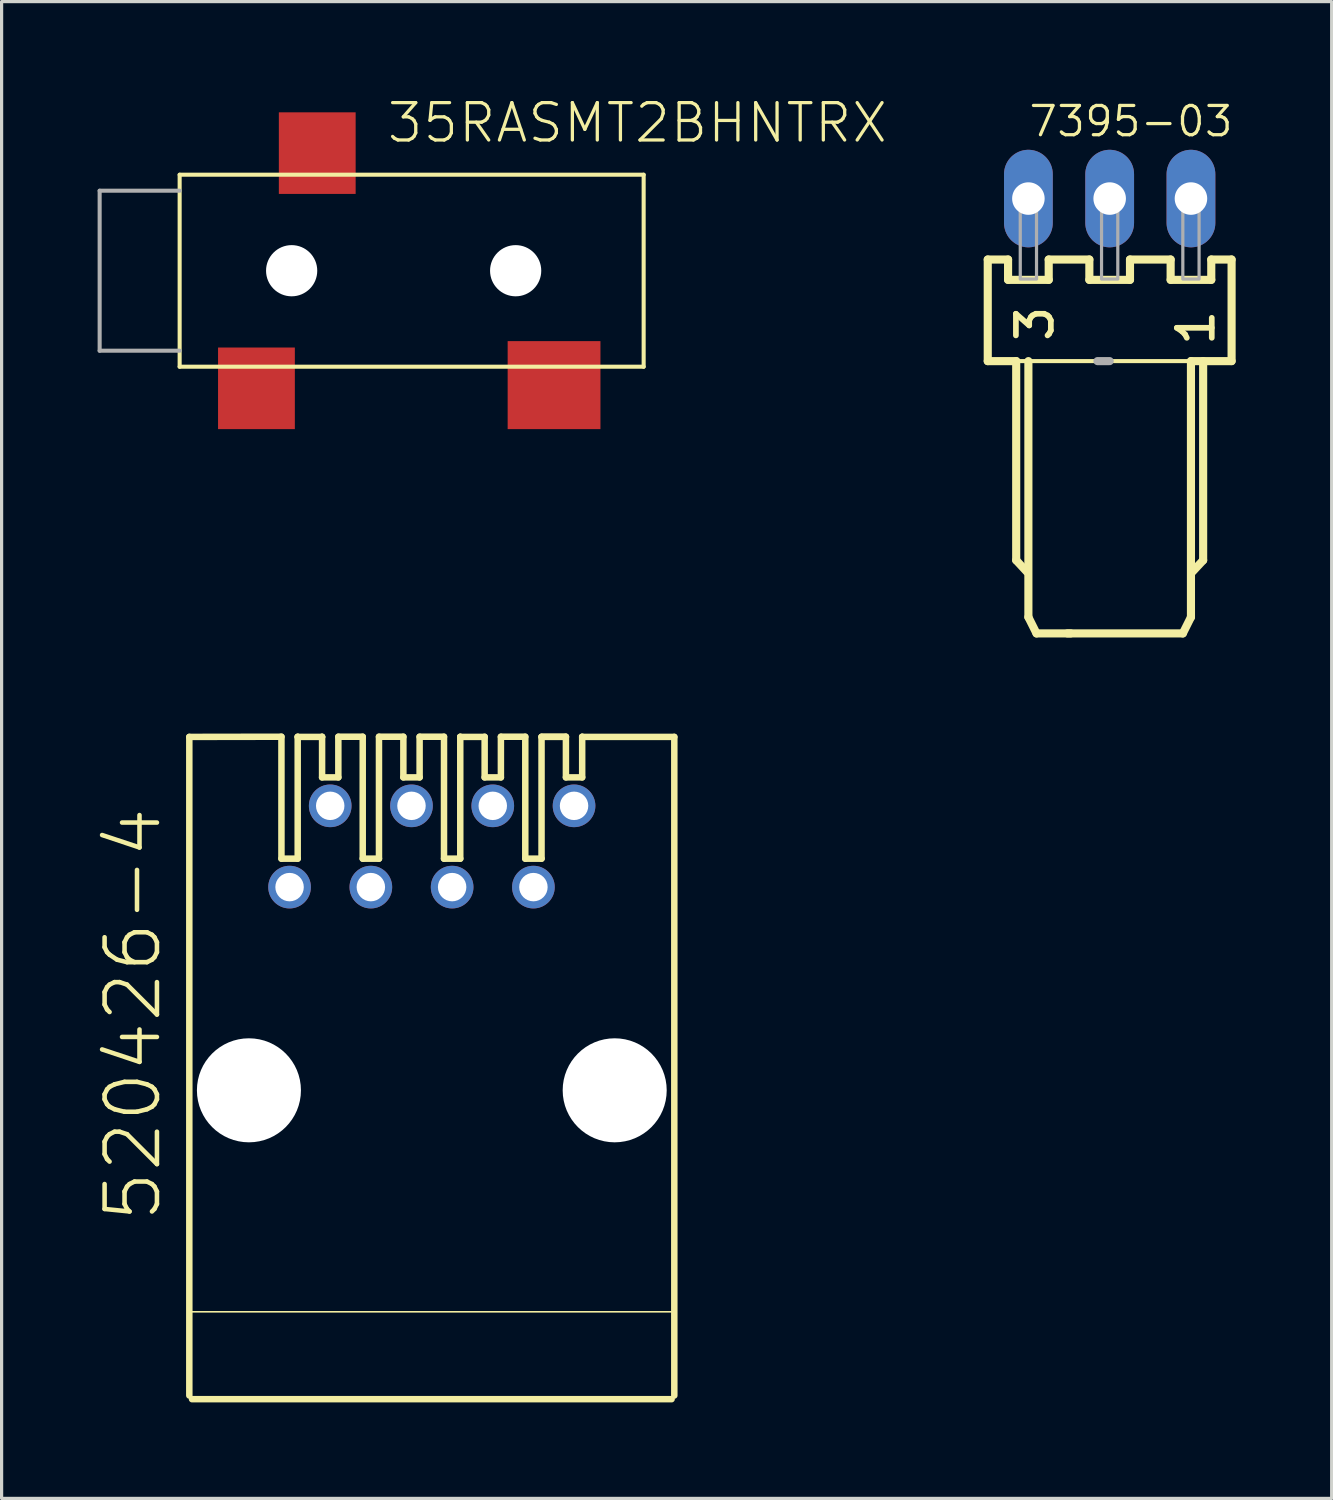
<source format=kicad_pcb>
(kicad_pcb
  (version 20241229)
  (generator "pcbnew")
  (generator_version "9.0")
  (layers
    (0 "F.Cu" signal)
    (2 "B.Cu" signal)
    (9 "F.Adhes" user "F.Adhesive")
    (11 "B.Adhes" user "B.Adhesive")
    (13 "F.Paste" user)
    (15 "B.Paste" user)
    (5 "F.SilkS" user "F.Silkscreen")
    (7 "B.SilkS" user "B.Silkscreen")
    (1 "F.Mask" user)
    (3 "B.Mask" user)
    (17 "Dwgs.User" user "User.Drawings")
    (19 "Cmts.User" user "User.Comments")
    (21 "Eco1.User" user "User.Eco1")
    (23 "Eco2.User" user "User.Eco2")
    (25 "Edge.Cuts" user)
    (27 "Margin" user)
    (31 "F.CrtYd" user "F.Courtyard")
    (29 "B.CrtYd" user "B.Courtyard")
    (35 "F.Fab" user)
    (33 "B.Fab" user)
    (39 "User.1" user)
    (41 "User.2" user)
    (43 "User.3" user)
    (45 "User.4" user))
  (footprint "35RASMT2BHNTRX"
    (layer "F.Cu")
    (at 6.064 5.41)
    (property "Reference" "35RASMT2BHNTRX" (at 2.921 -3.937 0) (layer "F.SilkS") (effects (font (size 1.168 1.168) (thickness 0.102)) (justify left bottom)))
    (fp_line (start -3.5 -3) (end -3.5 3) (stroke (width 0.127) (type solid)) (layer "F.SilkS"))
    (fp_line (start -3.5 -3) (end 11 -3) (stroke (width 0.127) (type solid)) (layer "F.SilkS"))
    (fp_line (start 11 -3) (end 11 3) (stroke (width 0.127) (type solid)) (layer "F.SilkS"))
    (fp_line (start 11 3) (end -3.5 3) (stroke (width 0.127) (type solid)) (layer "F.SilkS"))
    (fp_line (start -6 -2.5) (end -6 2.5) (stroke (width 0.127) (type solid)) (layer "F.Fab"))
    (fp_line (start -6 2.5) (end -3.5 2.5) (stroke (width 0.127) (type solid)) (layer "F.Fab"))
    (fp_line (start -3.5 -2.5) (end -6 -2.5) (stroke (width 0.127) (type solid)) (layer "F.Fab"))
    (pad "" np_thru_hole circle (at 0 0) (size 1.6 1.6) (drill 1.6) (layers "*.Cu" "*.Mask"))
    (pad "" np_thru_hole circle (at 7 0) (size 1.6 1.6) (drill 1.6) (layers "*.Cu" "*.Mask"))
    (pad "1" smd rect (at 0.8 -3.675 90) (size 2.55 2.4) (layers "F.Cu" "F.Mask" "F.Paste"))
    (pad "4" smd rect (at 8.2 3.575 90) (size 2.75 2.9) (layers "F.Cu" "F.Mask" "F.Paste"))
    (pad "5" smd rect (at -1.1 3.675 90) (size 2.55 2.4) (layers "F.Cu" "F.Mask" "F.Paste")))
  (footprint "520426-4"
    (layer "F.Cu")
    (at 10.444 31.022)
    (property "Reference" "520426-4" (at -8.382 4.191 90) (layer "F.SilkS") (effects (font (size 1.636 1.636) (thickness 0.142)) (justify left bottom)))
    (fp_line (start -7.578 -11.044) (end -4.699 -11.049) (stroke (width 0.203) (type solid)) (layer "F.SilkS"))
    (fp_line (start -7.578 9.538) (end -7.578 -11.044) (stroke (width 0.203) (type solid)) (layer "F.SilkS"))
    (fp_line (start -4.699 -11.049) (end -4.699 -7.239) (stroke (width 0.203) (type solid)) (layer "F.SilkS"))
    (fp_line (start -4.699 -7.239) (end -4.191 -7.239) (stroke (width 0.203) (type solid)) (layer "F.SilkS"))
    (fp_line (start -4.191 -11.049) (end -4.191 -11.044) (stroke (width 0.203) (type solid)) (layer "F.SilkS"))
    (fp_line (start -4.191 -11.044) (end -4.191 -7.239) (stroke (width 0.203) (type solid)) (layer "F.SilkS"))
    (fp_line (start -4.191 -11.044) (end -3.429 -11.044) (stroke (width 0.203) (type solid)) (layer "F.SilkS"))
    (fp_line (start -3.429 -11.049) (end -3.429 -11.044) (stroke (width 0.203) (type solid)) (layer "F.SilkS"))
    (fp_line (start -3.429 -11.044) (end -3.429 -9.779) (stroke (width 0.203) (type solid)) (layer "F.SilkS"))
    (fp_line (start -3.429 -9.779) (end -2.921 -9.779) (stroke (width 0.203) (type solid)) (layer "F.SilkS"))
    (fp_line (start -2.921 -11.049) (end -2.921 -9.779) (stroke (width 0.203) (type solid)) (layer "F.SilkS"))
    (fp_line (start -2.921 -11.049) (end -2.159 -11.049) (stroke (width 0.203) (type solid)) (layer "F.SilkS"))
    (fp_line (start -2.159 -11.049) (end -2.159 -7.239) (stroke (width 0.203) (type solid)) (layer "F.SilkS"))
    (fp_line (start -2.159 -7.239) (end -1.651 -7.239) (stroke (width 0.203) (type solid)) (layer "F.SilkS"))
    (fp_line (start -1.651 -11.049) (end -1.651 -7.239) (stroke (width 0.203) (type solid)) (layer "F.SilkS"))
    (fp_line (start -1.651 -11.049) (end -0.889 -11.049) (stroke (width 0.203) (type solid)) (layer "F.SilkS"))
    (fp_line (start -0.889 -11.049) (end -0.889 -9.779) (stroke (width 0.203) (type solid)) (layer "F.SilkS"))
    (fp_line (start -0.889 -9.779) (end -0.381 -9.779) (stroke (width 0.203) (type solid)) (layer "F.SilkS"))
    (fp_line (start -0.381 -11.049) (end -0.381 -9.779) (stroke (width 0.203) (type solid)) (layer "F.SilkS"))
    (fp_line (start -0.381 -11.049) (end 0.381 -11.049) (stroke (width 0.203) (type solid)) (layer "F.SilkS"))
    (fp_line (start 0.381 -11.049) (end 0.381 -7.239) (stroke (width 0.203) (type solid)) (layer "F.SilkS"))
    (fp_line (start 0.381 -7.239) (end 0.889 -7.239) (stroke (width 0.203) (type solid)) (layer "F.SilkS"))
    (fp_line (start 0.889 -11.049) (end 0.889 -11.044) (stroke (width 0.203) (type solid)) (layer "F.SilkS"))
    (fp_line (start 0.889 -11.044) (end 0.889 -7.239) (stroke (width 0.203) (type solid)) (layer "F.SilkS"))
    (fp_line (start 0.889 -11.044) (end 1.651 -11.044) (stroke (width 0.203) (type solid)) (layer "F.SilkS"))
    (fp_line (start 1.651 -11.049) (end 1.651 -9.779) (stroke (width 0.203) (type solid)) (layer "F.SilkS"))
    (fp_line (start 1.651 -9.779) (end 2.159 -9.779) (stroke (width 0.203) (type solid)) (layer "F.SilkS"))
    (fp_line (start 2.159 -11.049) (end 2.159 -9.779) (stroke (width 0.203) (type solid)) (layer "F.SilkS"))
    (fp_line (start 2.159 -11.049) (end 2.921 -11.049) (stroke (width 0.203) (type solid)) (layer "F.SilkS"))
    (fp_line (start 2.921 -11.049) (end 2.921 -7.239) (stroke (width 0.203) (type solid)) (layer "F.SilkS"))
    (fp_line (start 2.921 -7.239) (end 3.429 -7.239) (stroke (width 0.203) (type solid)) (layer "F.SilkS"))
    (fp_line (start 3.429 -11.049) (end 4.191 -11.049) (stroke (width 0.203) (type solid)) (layer "F.SilkS"))
    (fp_line (start 3.429 -11.044) (end 3.429 -7.239) (stroke (width 0.203) (type solid)) (layer "F.SilkS"))
    (fp_line (start 3.429 -11.044) (end 4.191 -11.044) (stroke (width 0.203) (type solid)) (layer "F.SilkS"))
    (fp_line (start 4.191 -11.049) (end 4.191 -9.779) (stroke (width 0.203) (type solid)) (layer "F.SilkS"))
    (fp_line (start 4.191 -9.779) (end 4.699 -9.779) (stroke (width 0.203) (type solid)) (layer "F.SilkS"))
    (fp_line (start 4.699 -11.049) (end 4.699 -11.044) (stroke (width 0.203) (type solid)) (layer "F.SilkS"))
    (fp_line (start 4.699 -11.044) (end 4.699 -9.779) (stroke (width 0.203) (type solid)) (layer "F.SilkS"))
    (fp_line (start 4.699 -11.044) (end 7.578 -11.044) (stroke (width 0.203) (type solid)) (layer "F.SilkS"))
    (fp_line (start 7.493 9.652) (end -7.493 9.652) (stroke (width 0.203) (type solid)) (layer "F.SilkS"))
    (fp_line (start 7.556 6.921) (end -7.556 6.921) (stroke (width 0.051) (type solid)) (layer "F.SilkS"))
    (fp_line (start 7.578 -11.044) (end 7.578 9.538) (stroke (width 0.203) (type solid)) (layer "F.SilkS"))
    (pad "" np_thru_hole circle (at -5.715 0) (size 3.251 3.251) (drill 3.251) (layers "*.Cu" "*.Mask"))
    (pad "" np_thru_hole circle (at 5.715 0) (size 3.251 3.251) (drill 3.251) (layers "*.Cu" "*.Mask"))
    (pad "1" thru_hole circle (at -4.445 -6.35) (size 1.333 1.333) (drill 0.889) (layers "*.Cu" "*.Mask"))
    (pad "2" thru_hole circle (at -3.175 -8.89) (size 1.333 1.333) (drill 0.889) (layers "*.Cu" "*.Mask"))
    (pad "3" thru_hole circle (at -1.905 -6.35) (size 1.333 1.333) (drill 0.889) (layers "*.Cu" "*.Mask"))
    (pad "4" thru_hole circle (at -0.635 -8.89) (size 1.333 1.333) (drill 0.889) (layers "*.Cu" "*.Mask"))
    (pad "5" thru_hole circle (at 0.635 -6.35) (size 1.333 1.333) (drill 0.889) (layers "*.Cu" "*.Mask"))
    (pad "6" thru_hole circle (at 1.905 -8.89) (size 1.333 1.333) (drill 0.889) (layers "*.Cu" "*.Mask"))
    (pad "7" thru_hole circle (at 3.175 -6.35) (size 1.333 1.333) (drill 0.889) (layers "*.Cu" "*.Mask"))
    (pad "8" thru_hole circle (at 4.445 -8.89) (size 1.333 1.333) (drill 0.889) (layers "*.Cu" "*.Mask")))
  (footprint "7395-03"
    (layer "F.Cu")
    (at 31.627 3.155)
    (property "Reference" "7395-03" (at 3.91 -2.948 0) (layer "F.SilkS") (effects (font (size 0.914 0.914) (thickness 0.102)) (justify right top)))
    (fp_line (start -3.81 1.905) (end -3.81 5.08) (stroke (width 0.254) (type solid)) (layer "F.SilkS"))
    (fp_line (start -3.81 5.08) (end -2.921 5.08) (stroke (width 0.254) (type solid)) (layer "F.SilkS"))
    (fp_line (start -3.175 1.905) (end -3.81 1.905) (stroke (width 0.254) (type solid)) (layer "F.SilkS"))
    (fp_line (start -3.175 2.54) (end -3.175 1.905) (stroke (width 0.254) (type solid)) (layer "F.SilkS"))
    (fp_line (start -2.921 5.08) (end -2.921 11.303) (stroke (width 0.254) (type solid)) (layer "F.SilkS"))
    (fp_line (start -2.921 5.08) (end 2.54 5.08) (stroke (width 0.127) (type solid)) (layer "F.SilkS"))
    (fp_line (start -2.921 11.303) (end -2.591 11.659) (stroke (width 0.254) (type solid)) (layer "F.SilkS"))
    (fp_line (start -2.54 5.08) (end -2.54 13.081) (stroke (width 0.254) (type solid)) (layer "F.SilkS"))
    (fp_line (start -2.54 13.081) (end -2.286 13.589) (stroke (width 0.254) (type solid)) (layer "F.SilkS"))
    (fp_line (start -2.286 13.589) (end -1.219 13.589) (stroke (width 0.254) (type solid)) (layer "F.SilkS"))
    (fp_line (start -1.905 1.905) (end -1.905 2.54) (stroke (width 0.254) (type solid)) (layer "F.SilkS"))
    (fp_line (start -1.905 2.54) (end -3.175 2.54) (stroke (width 0.254) (type solid)) (layer "F.SilkS"))
    (fp_line (start -0.635 1.905) (end -1.905 1.905) (stroke (width 0.254) (type solid)) (layer "F.SilkS"))
    (fp_line (start -0.635 2.54) (end -0.635 1.905) (stroke (width 0.254) (type solid)) (layer "F.SilkS"))
    (fp_line (start 0.635 1.905) (end 0.635 2.54) (stroke (width 0.254) (type solid)) (layer "F.SilkS"))
    (fp_line (start 0.635 2.54) (end -0.635 2.54) (stroke (width 0.254) (type solid)) (layer "F.SilkS"))
    (fp_line (start 1.905 1.905) (end 0.635 1.905) (stroke (width 0.254) (type solid)) (layer "F.SilkS"))
    (fp_line (start 1.905 2.54) (end 1.905 1.905) (stroke (width 0.254) (type solid)) (layer "F.SilkS"))
    (fp_line (start 2.286 13.589) (end -1.321 13.589) (stroke (width 0.254) (type solid)) (layer "F.SilkS"))
    (fp_line (start 2.54 5.08) (end 2.54 13.081) (stroke (width 0.254) (type solid)) (layer "F.SilkS"))
    (fp_line (start 2.54 5.08) (end 3.81 5.08) (stroke (width 0.254) (type solid)) (layer "F.SilkS"))
    (fp_line (start 2.54 13.081) (end 2.286 13.589) (stroke (width 0.254) (type solid)) (layer "F.SilkS"))
    (fp_line (start 2.921 5.08) (end 2.921 11.303) (stroke (width 0.254) (type solid)) (layer "F.SilkS"))
    (fp_line (start 2.921 11.303) (end 2.591 11.659) (stroke (width 0.254) (type solid)) (layer "F.SilkS"))
    (fp_line (start 3.175 1.905) (end 3.175 2.54) (stroke (width 0.254) (type solid)) (layer "F.SilkS"))
    (fp_line (start 3.175 2.54) (end 1.905 2.54) (stroke (width 0.254) (type solid)) (layer "F.SilkS"))
    (fp_line (start 3.81 1.905) (end 3.175 1.905) (stroke (width 0.254) (type solid)) (layer "F.SilkS"))
    (fp_line (start 3.81 5.08) (end 3.81 1.905) (stroke (width 0.254) (type solid)) (layer "F.SilkS"))
    (fp_line (start 0 5.08) (end -0.381 5.08) (stroke (width 0.254) (type solid)) (layer "F.Fab"))
    (fp_poly (pts (xy -2.794 0.254) (xy -2.286 0.254) (xy -2.286 -0.254) (xy -2.794 -0.254)) (stroke (width 0.1) (type solid)) (fill no) (layer "F.Fab"))
    (fp_poly (pts (xy -2.794 2.515) (xy -2.286 2.515) (xy -2.286 0.279) (xy -2.794 0.279)) (stroke (width 0.1) (type solid)) (fill no) (layer "F.Fab"))
    (fp_poly (pts (xy -0.254 0.254) (xy 0.254 0.254) (xy 0.254 -0.254) (xy -0.254 -0.254)) (stroke (width 0.1) (type solid)) (fill no) (layer "F.Fab"))
    (fp_poly (pts (xy -0.254 2.515) (xy 0.254 2.515) (xy 0.254 0.279) (xy -0.254 0.279)) (stroke (width 0.1) (type solid)) (fill no) (layer "F.Fab"))
    (fp_poly (pts (xy 2.286 0.254) (xy 2.794 0.254) (xy 2.794 -0.254) (xy 2.286 -0.254)) (stroke (width 0.1) (type solid)) (fill no) (layer "F.Fab"))
    (fp_poly (pts (xy 2.286 2.515) (xy 2.794 2.515) (xy 2.794 0.279) (xy 2.286 0.279)) (stroke (width 0.1) (type solid)) (fill no) (layer "F.Fab"))
    (fp_text user "1" (at 2.056 3.402 90) (layer "F.SilkS") (effects (font (size 1.092 1.092) (thickness 0.178)) (justify right top)))
    (fp_text user "3" (at -2.973 3.275 90) (layer "F.SilkS") (effects (font (size 1.092 1.092) (thickness 0.178)) (justify right top)))
    (pad "1" thru_hole oval (at 2.54 0 90) (size 3.048 1.524) (drill 1.016) (layers "*.Cu" "*.Mask"))
    (pad "2" thru_hole oval (at 0 0 90) (size 3.048 1.524) (drill 1.016) (layers "*.Cu" "*.Mask"))
    (pad "3" thru_hole oval (at -2.54 0 90) (size 3.048 1.524) (drill 1.016) (layers "*.Cu" "*.Mask")))
  (gr_rect
    (start -3 -3)
    (end 38.564 43.775)
    (stroke (width 0.1) (type default))
    (fill no)
    (layer "Edge.Cuts")))
</source>
